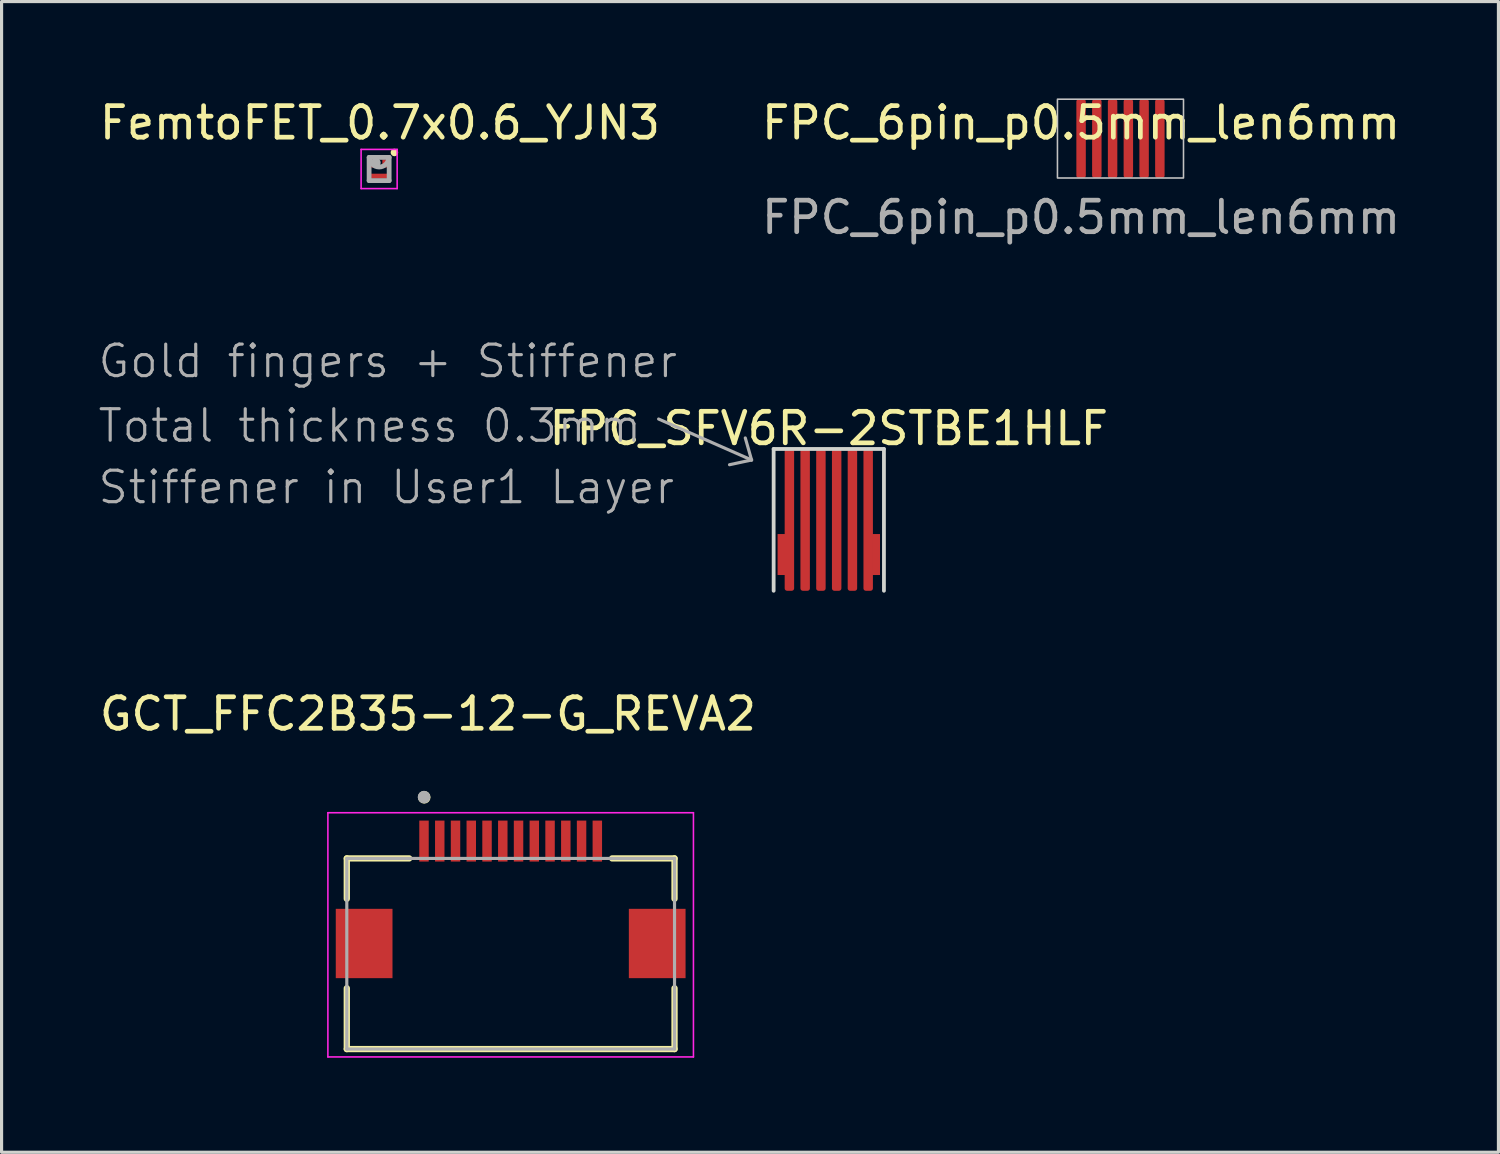
<source format=kicad_pcb>
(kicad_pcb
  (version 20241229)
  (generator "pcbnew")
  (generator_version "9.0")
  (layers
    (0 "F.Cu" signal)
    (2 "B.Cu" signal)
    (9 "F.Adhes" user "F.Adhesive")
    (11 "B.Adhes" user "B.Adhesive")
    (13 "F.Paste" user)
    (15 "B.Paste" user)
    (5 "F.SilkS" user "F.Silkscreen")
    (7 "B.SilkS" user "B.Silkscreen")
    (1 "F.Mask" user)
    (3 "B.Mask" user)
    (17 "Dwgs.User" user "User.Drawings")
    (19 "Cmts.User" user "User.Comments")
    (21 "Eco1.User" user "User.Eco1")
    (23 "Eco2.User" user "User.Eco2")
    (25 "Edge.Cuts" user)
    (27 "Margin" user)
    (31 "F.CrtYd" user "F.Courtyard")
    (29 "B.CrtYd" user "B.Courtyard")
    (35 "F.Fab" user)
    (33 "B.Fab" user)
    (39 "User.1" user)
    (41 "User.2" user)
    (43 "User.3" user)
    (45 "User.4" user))
  (footprint "FPC_SFV6R-2STBE1HLF"
    (layer "F.Cu")
    (at 23.25 13.447)
    (property "Reference" "FPC_SFV6R-2STBE1HLF" (at 0 -2.9 0) (unlocked yes) (layer "F.SilkS") (effects (font (size 1 1) (thickness 0.15))))
    (attr smd)
    (fp_rect (start -1.4 -2.25) (end -1.1 0.25) (stroke (width 0) (type solid)) (fill yes) (layer "F.Mask"))
    (fp_rect (start -0.9 -2.25) (end -0.6 0.25) (stroke (width 0) (type solid)) (fill yes) (layer "F.Mask"))
    (fp_rect (start -0.4 -2.25) (end -0.1 0.25) (stroke (width 0) (type solid)) (fill yes) (layer "F.Mask"))
    (fp_rect (start 0.1 -2.25) (end 0.4 0.25) (stroke (width 0) (type solid)) (fill yes) (layer "F.Mask"))
    (fp_rect (start 0.6 -2.25) (end 0.9 0.25) (stroke (width 0) (type solid)) (fill yes) (layer "F.Mask"))
    (fp_rect (start 1.1 -2.25) (end 1.4 0.25) (stroke (width 0) (type solid)) (fill yes) (layer "F.Mask"))
    (fp_line (start -1.75 -2.25) (end 1.75 -2.25) (stroke (width 0.12) (type default)) (layer "Edge.Cuts"))
    (fp_line (start -1.75 2.25) (end -1.75 -2.25) (stroke (width 0.12) (type default)) (layer "Edge.Cuts"))
    (fp_line (start 1.75 2.25) (end 1.75 -2.25) (stroke (width 0.12) (type default)) (layer "Edge.Cuts"))
    (fp_line (start -5.4 -3.2) (end -2.45 -1.9) (stroke (width 0.1) (type default)) (layer "F.Fab"))
    (fp_line (start -2.45 -1.9) (end -3.15 -1.75) (stroke (width 0.1) (type default)) (layer "F.Fab"))
    (fp_line (start -2.45 -1.9) (end -2.65 -2.6) (stroke (width 0.1) (type default)) (layer "F.Fab"))
    (fp_rect (start -1.75 -2.25) (end 1.75 1.35) (stroke (width 0.12) (type solid)) (fill no) (layer "User.1"))
    (fp_text user "Total thickness 0.3mm" (at -23.25 -2.4 0) (unlocked yes) (layer "F.Fab") (effects (font (size 1 1) (thickness 0.1)) (justify left bottom)))
    (fp_text user "Gold fingers + Stiffener" (at -23.25 -4.45 0) (unlocked yes) (layer "F.Fab") (effects (font (size 1 1) (thickness 0.1)) (justify left bottom)))
    (fp_text user "Stiffener in User1 Layer" (at -23.25 -0.45 0) (unlocked yes) (layer "F.Fab") (effects (font (size 1 1) (thickness 0.1)) (justify left bottom)))
    (pad "1" smd rect (at -1.5 1.1) (size 0.25 1.3) (layers "F.Cu"))
    (pad "1" smd roundrect (at -1.25 0) (size 0.3 4.5) (layers "F.Cu") (roundrect_rratio 0.25))
    (pad "2" smd roundrect (at -0.75 0) (size 0.3 4.5) (layers "F.Cu") (roundrect_rratio 0.25))
    (pad "3" smd roundrect (at -0.25 0) (size 0.3 4.5) (layers "F.Cu") (roundrect_rratio 0.25))
    (pad "4" smd roundrect (at 0.25 0) (size 0.3 4.5) (layers "F.Cu") (roundrect_rratio 0.25))
    (pad "5" smd roundrect (at 0.75 0) (size 0.3 4.5) (layers "F.Cu") (roundrect_rratio 0.25))
    (pad "6" smd roundrect (at 1.25 0) (size 0.3 4.5) (layers "F.Cu") (roundrect_rratio 0.25))
    (pad "6" smd rect (at 1.5 1.1) (size 0.25 1.3) (layers "F.Cu")))
  (footprint "FemtoFET_0.7x0.6_YJN3"
    (layer "F.Cu")
    (at 8.981 2.313)
    (property "Reference" "FemtoFET_0.7x0.6_YJN3" (at 0.025 -1.465 0) (layer "F.SilkS") (effects (font (size 1 1) (thickness 0.15))))
    (attr through_hole)
    (fp_line (start -0.254 -0.302) (end -0.254 -0.048) (stroke (width 0.152) (type solid)) (layer "F.Mask"))
    (fp_line (start -0.254 -0.048) (end -0.102 -0.048) (stroke (width 0.152) (type solid)) (layer "F.Mask"))
    (fp_line (start -0.254 0.149) (end -0.254 0.301) (stroke (width 0.152) (type solid)) (layer "F.Mask"))
    (fp_line (start -0.254 0.301) (end 0.254 0.301) (stroke (width 0.152) (type solid)) (layer "F.Mask"))
    (fp_line (start -0.102 -0.302) (end -0.254 -0.302) (stroke (width 0.152) (type solid)) (layer "F.Mask"))
    (fp_line (start -0.102 -0.048) (end -0.102 -0.302) (stroke (width 0.152) (type solid)) (layer "F.Mask"))
    (fp_line (start 0.102 -0.302) (end 0.102 -0.048) (stroke (width 0.152) (type solid)) (layer "F.Mask"))
    (fp_line (start 0.102 -0.048) (end 0.254 -0.048) (stroke (width 0.152) (type solid)) (layer "F.Mask"))
    (fp_line (start 0.254 -0.302) (end 0.102 -0.302) (stroke (width 0.152) (type solid)) (layer "F.Mask"))
    (fp_line (start 0.254 -0.048) (end 0.254 -0.302) (stroke (width 0.152) (type solid)) (layer "F.Mask"))
    (fp_line (start 0.254 0.149) (end -0.254 0.149) (stroke (width 0.152) (type solid)) (layer "F.Mask"))
    (fp_line (start 0.254 0.301) (end 0.254 0.149) (stroke (width 0.152) (type solid)) (layer "F.Mask"))
    (fp_circle (center 0.485 -0.525) (end 0.545 -0.52) (stroke (width 0.12) (type solid)) (fill no) (layer "F.SilkS"))
    (fp_line (start -0.254 -0.302) (end -0.254 -0.048) (stroke (width 0.152) (type solid)) (layer "F.Paste"))
    (fp_line (start -0.254 -0.048) (end -0.102 -0.048) (stroke (width 0.152) (type solid)) (layer "F.Paste"))
    (fp_line (start -0.102 -0.302) (end -0.254 -0.302) (stroke (width 0.152) (type solid)) (layer "F.Paste"))
    (fp_line (start -0.102 -0.048) (end -0.102 -0.302) (stroke (width 0.152) (type solid)) (layer "F.Paste"))
    (fp_line (start 0.102 -0.302) (end 0.102 -0.048) (stroke (width 0.152) (type solid)) (layer "F.Paste"))
    (fp_line (start 0.102 -0.048) (end 0.254 -0.048) (stroke (width 0.152) (type solid)) (layer "F.Paste"))
    (fp_line (start 0.254 -0.302) (end 0.102 -0.302) (stroke (width 0.152) (type solid)) (layer "F.Paste"))
    (fp_line (start 0.254 -0.048) (end 0.254 -0.302) (stroke (width 0.152) (type solid)) (layer "F.Paste"))
    (fp_line (start -0.572 -0.622) (end -0.572 0.622) (stroke (width 0.05) (type solid)) (layer "F.CrtYd"))
    (fp_line (start -0.572 0.622) (end 0.572 0.622) (stroke (width 0.05) (type solid)) (layer "F.CrtYd"))
    (fp_line (start 0.572 -0.622) (end -0.572 -0.622) (stroke (width 0.05) (type solid)) (layer "F.CrtYd"))
    (fp_line (start 0.572 0.622) (end 0.572 -0.622) (stroke (width 0.05) (type solid)) (layer "F.CrtYd"))
    (fp_line (start -0.318 -0.368) (end -0.318 0.368) (stroke (width 0.152) (type solid)) (layer "F.Fab"))
    (fp_line (start -0.318 0.368) (end 0.318 0.368) (stroke (width 0.152) (type solid)) (layer "F.Fab"))
    (fp_line (start 0.318 -0.368) (end -0.318 -0.368) (stroke (width 0.152) (type solid)) (layer "F.Fab"))
    (fp_line (start 0.318 0.368) (end 0.318 -0.368) (stroke (width 0.152) (type solid)) (layer "F.Fab"))
    (fp_arc (start 0.3048 -0.3683) (mid 0 -0.0635) (end -0.3048 -0.3683) (stroke (width 0.1524) (type solid)) (layer "F.Fab"))
    (fp_circle (center -0.102 -0.2) (end -0.102 -0.2) (stroke (width 0.152) (type solid)) (fill no) (layer "F.Fab"))
    (pad "1" smd rect (at 0.178 -0.175) (size 0.152 0.254) (layers "F.Cu" "F.Mask" "F.Paste"))
    (pad "2" smd rect (at -0.178 -0.175) (size 0.152 0.254) (layers "F.Cu" "F.Mask" "F.Paste"))
    (pad "3" smd rect (at 0 0.225) (size 0.508 0.152) (layers "F.Cu" "F.Mask" "F.Paste")))
  (footprint "GCT_FFC2B35-12-G_REVA2"
    (layer "F.Cu")
    (at 13.155 26.89)
    (property "Reference" "GCT_FFC2B35-12-G_REVA2" (at -2.625 -7.285 0) (layer "F.SilkS") (effects (font (size 1 1) (thickness 0.15))))
    (attr smd)
    (fp_line (start -5.2 -2.7) (end -3.22 -2.7) (stroke (width 0.2) (type solid)) (layer "F.SilkS"))
    (fp_line (start -5.2 -1.42) (end -5.2 -2.7) (stroke (width 0.2) (type solid)) (layer "F.SilkS"))
    (fp_line (start -5.2 3.35) (end -5.2 1.42) (stroke (width 0.2) (type solid)) (layer "F.SilkS"))
    (fp_line (start 3.22 -2.7) (end 5.2 -2.7) (stroke (width 0.2) (type solid)) (layer "F.SilkS"))
    (fp_line (start 5.2 -2.7) (end 5.2 -1.42) (stroke (width 0.2) (type solid)) (layer "F.SilkS"))
    (fp_line (start 5.2 3.35) (end -5.2 3.35) (stroke (width 0.2) (type solid)) (layer "F.SilkS"))
    (fp_line (start 5.2 3.35) (end 5.2 1.42) (stroke (width 0.2) (type solid)) (layer "F.SilkS"))
    (fp_circle (center -2.743 -4.639) (end -2.643 -4.639) (stroke (width 0.2) (type solid)) (fill no) (layer "F.SilkS"))
    (fp_line (start -5.8 -4.15) (end -5.8 3.6) (stroke (width 0.05) (type solid)) (layer "F.CrtYd"))
    (fp_line (start -5.8 3.6) (end 5.8 3.6) (stroke (width 0.05) (type solid)) (layer "F.CrtYd"))
    (fp_line (start 5.8 -4.15) (end -5.8 -4.15) (stroke (width 0.05) (type solid)) (layer "F.CrtYd"))
    (fp_line (start 5.8 3.6) (end 5.8 -4.15) (stroke (width 0.05) (type solid)) (layer "F.CrtYd"))
    (fp_line (start -5.2 -2.7) (end 5.2 -2.7) (stroke (width 0.1) (type solid)) (layer "F.Fab"))
    (fp_line (start -5.2 3.35) (end -5.2 -2.7) (stroke (width 0.1) (type solid)) (layer "F.Fab"))
    (fp_line (start 5.2 -2.7) (end 5.2 3.35) (stroke (width 0.1) (type solid)) (layer "F.Fab"))
    (fp_line (start 5.2 3.35) (end -5.2 3.35) (stroke (width 0.1) (type solid)) (layer "F.Fab"))
    (fp_circle (center -2.75 -4.646) (end -2.65 -4.646) (stroke (width 0.2) (type solid)) (fill no) (layer "F.Fab"))
    (pad "1" smd rect (at -2.75 -3.25) (size 0.3 1.3) (layers "F.Cu" "F.Mask" "F.Paste"))
    (pad "2" smd rect (at -2.25 -3.25) (size 0.3 1.3) (layers "F.Cu" "F.Mask" "F.Paste"))
    (pad "3" smd rect (at -1.75 -3.25) (size 0.3 1.3) (layers "F.Cu" "F.Mask" "F.Paste"))
    (pad "4" smd rect (at -1.25 -3.25) (size 0.3 1.3) (layers "F.Cu" "F.Mask" "F.Paste"))
    (pad "5" smd rect (at -0.75 -3.25) (size 0.3 1.3) (layers "F.Cu" "F.Mask" "F.Paste"))
    (pad "6" smd rect (at -0.25 -3.25) (size 0.3 1.3) (layers "F.Cu" "F.Mask" "F.Paste"))
    (pad "7" smd rect (at 0.25 -3.25) (size 0.3 1.3) (layers "F.Cu" "F.Mask" "F.Paste"))
    (pad "8" smd rect (at 0.75 -3.25) (size 0.3 1.3) (layers "F.Cu" "F.Mask" "F.Paste"))
    (pad "9" smd rect (at 1.25 -3.25) (size 0.3 1.3) (layers "F.Cu" "F.Mask" "F.Paste"))
    (pad "10" smd rect (at 1.75 -3.25) (size 0.3 1.3) (layers "F.Cu" "F.Mask" "F.Paste"))
    (pad "11" smd rect (at 2.25 -3.25) (size 0.3 1.3) (layers "F.Cu" "F.Mask" "F.Paste"))
    (pad "12" smd rect (at 2.75 -3.25) (size 0.3 1.3) (layers "F.Cu" "F.Mask" "F.Paste"))
    (pad "S1" smd rect (at -4.65 0) (size 1.8 2.2) (layers "F.Cu" "F.Mask" "F.Paste"))
    (pad "S2" smd rect (at 4.65 0) (size 1.8 2.2) (layers "F.Cu" "F.Mask" "F.Paste")))
  (footprint "FPC_6pin_p0.5mm_len6mm"
    (layer "F.Cu")
    (at 31.256 1.348)
    (property "Reference" "FPC_6pin_p0.5mm_len6mm" (at 0 -0.5 0) (unlocked yes) (layer "F.SilkS") (effects (font (size 1 1) (thickness 0.15))))
    (attr smd)
    (fp_rect (start -0.75 -1.25) (end 3.25 1.25) (stroke (width 0.05) (type default)) (fill no) (layer "Dwgs.User"))
    (fp_text user "${REFERENCE}" (at 0 2.5 0) (unlocked yes) (layer "F.Fab") (effects (font (size 1 1) (thickness 0.15))))
    (pad "1" smd roundrect (at 0 0) (size 0.3 2.5) (layers "F.Cu" "F.Mask" "F.Paste") (roundrect_rratio 0.25))
    (pad "2" smd roundrect (at 0.5 0) (size 0.3 2.5) (layers "F.Cu" "F.Mask" "F.Paste") (roundrect_rratio 0.25))
    (pad "3" smd roundrect (at 1 0) (size 0.3 2.5) (layers "F.Cu" "F.Mask" "F.Paste") (roundrect_rratio 0.25))
    (pad "4" smd roundrect (at 1.5 0) (size 0.3 2.5) (layers "F.Cu" "F.Mask" "F.Paste") (roundrect_rratio 0.25))
    (pad "5" smd roundrect (at 2 0) (size 0.3 2.5) (layers "F.Cu" "F.Mask" "F.Paste") (roundrect_rratio 0.25))
    (pad "6" smd roundrect (at 2.5 0) (size 0.3 2.5) (layers "F.Cu" "F.Mask" "F.Paste") (roundrect_rratio 0.25)))
  (gr_rect
    (start -3 -3)
    (end 44.5 33.515)
    (stroke (width 0.1) (type default))
    (fill no)
    (layer "Edge.Cuts")))
</source>
